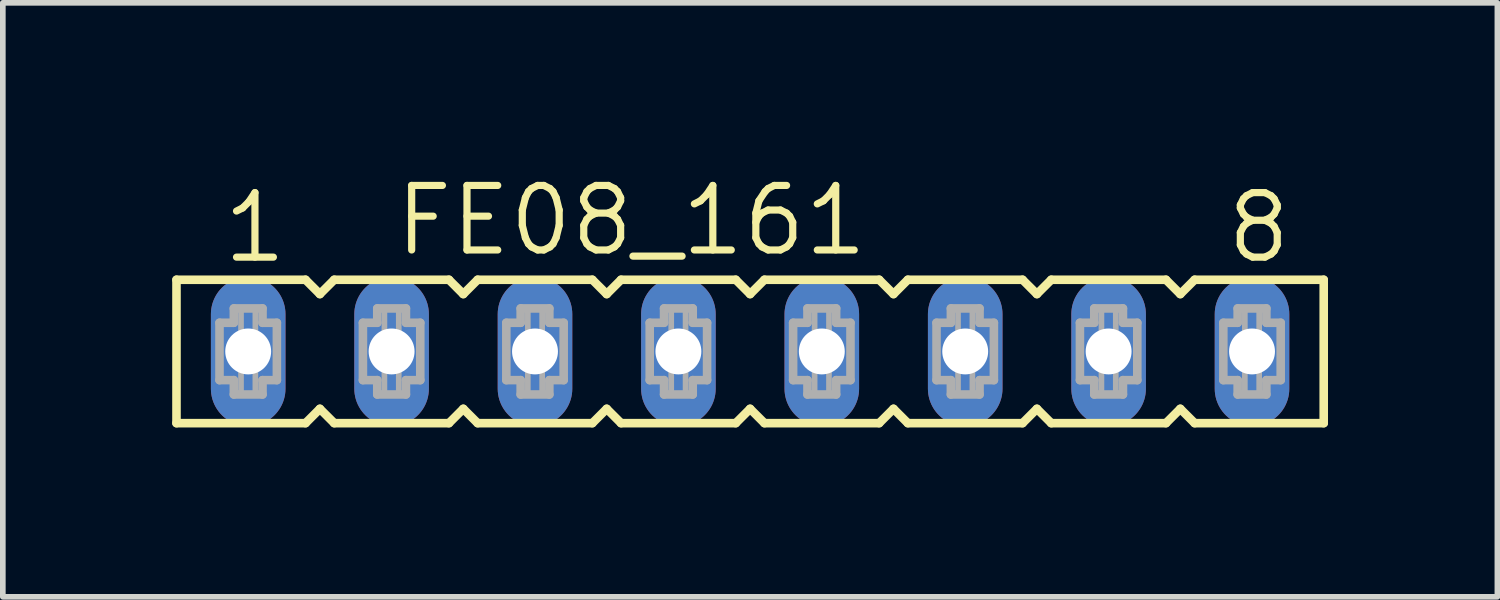
<source format=kicad_pcb>
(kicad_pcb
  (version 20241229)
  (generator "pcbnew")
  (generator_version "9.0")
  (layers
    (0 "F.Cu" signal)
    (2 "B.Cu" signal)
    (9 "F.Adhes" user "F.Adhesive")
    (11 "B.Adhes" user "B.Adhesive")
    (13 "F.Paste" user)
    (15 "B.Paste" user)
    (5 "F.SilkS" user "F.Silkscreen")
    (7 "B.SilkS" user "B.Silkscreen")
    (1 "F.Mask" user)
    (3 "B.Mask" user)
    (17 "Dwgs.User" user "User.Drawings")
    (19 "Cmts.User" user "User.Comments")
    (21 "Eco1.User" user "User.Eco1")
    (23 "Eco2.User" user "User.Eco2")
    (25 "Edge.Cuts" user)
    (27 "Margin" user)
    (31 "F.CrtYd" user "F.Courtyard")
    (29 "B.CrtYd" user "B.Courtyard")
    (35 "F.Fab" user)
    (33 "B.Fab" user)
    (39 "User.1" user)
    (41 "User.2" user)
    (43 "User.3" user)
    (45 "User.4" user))
  (footprint "FE08_161"
    (layer "F.Cu")
    (at 10.236 3.175)
    (property "Reference" "FE08_161" (at -6.35 -1.651 0) (unlocked yes) (layer "F.SilkS") (effects (font (size 1.143 1.143) (thickness 0.127)) (justify left bottom)))
    (fp_line (start -10.16 -1.27) (end -10.16 1.27) (stroke (width 0.152) (type solid)) (layer "F.SilkS"))
    (fp_line (start -10.16 1.27) (end -7.874 1.27) (stroke (width 0.152) (type solid)) (layer "F.SilkS"))
    (fp_line (start -7.874 -1.27) (end -10.16 -1.27) (stroke (width 0.152) (type solid)) (layer "F.SilkS"))
    (fp_line (start -7.874 1.27) (end -7.62 1.016) (stroke (width 0.152) (type solid)) (layer "F.SilkS"))
    (fp_line (start -7.62 -1.016) (end -7.874 -1.27) (stroke (width 0.152) (type solid)) (layer "F.SilkS"))
    (fp_line (start -7.62 1.016) (end -7.366 1.27) (stroke (width 0.152) (type solid)) (layer "F.SilkS"))
    (fp_line (start -7.366 -1.27) (end -7.62 -1.016) (stroke (width 0.152) (type solid)) (layer "F.SilkS"))
    (fp_line (start -7.366 1.27) (end -5.334 1.27) (stroke (width 0.152) (type solid)) (layer "F.SilkS"))
    (fp_line (start -5.334 -1.27) (end -7.366 -1.27) (stroke (width 0.152) (type solid)) (layer "F.SilkS"))
    (fp_line (start -5.334 1.27) (end -5.08 1.016) (stroke (width 0.152) (type solid)) (layer "F.SilkS"))
    (fp_line (start -5.08 -1.016) (end -5.334 -1.27) (stroke (width 0.152) (type solid)) (layer "F.SilkS"))
    (fp_line (start -5.08 1.016) (end -4.826 1.27) (stroke (width 0.152) (type solid)) (layer "F.SilkS"))
    (fp_line (start -4.826 -1.27) (end -5.08 -1.016) (stroke (width 0.152) (type solid)) (layer "F.SilkS"))
    (fp_line (start -4.826 1.27) (end -2.794 1.27) (stroke (width 0.152) (type solid)) (layer "F.SilkS"))
    (fp_line (start -2.794 -1.27) (end -4.826 -1.27) (stroke (width 0.152) (type solid)) (layer "F.SilkS"))
    (fp_line (start -2.794 1.27) (end -2.54 1.016) (stroke (width 0.152) (type solid)) (layer "F.SilkS"))
    (fp_line (start -2.54 -1.016) (end -2.794 -1.27) (stroke (width 0.152) (type solid)) (layer "F.SilkS"))
    (fp_line (start -2.54 1.016) (end -2.286 1.27) (stroke (width 0.152) (type solid)) (layer "F.SilkS"))
    (fp_line (start -2.286 -1.27) (end -2.54 -1.016) (stroke (width 0.152) (type solid)) (layer "F.SilkS"))
    (fp_line (start -2.286 1.27) (end -0.254 1.27) (stroke (width 0.152) (type solid)) (layer "F.SilkS"))
    (fp_line (start -0.254 -1.27) (end -2.286 -1.27) (stroke (width 0.152) (type solid)) (layer "F.SilkS"))
    (fp_line (start -0.254 1.27) (end 0 1.016) (stroke (width 0.152) (type solid)) (layer "F.SilkS"))
    (fp_line (start 0 -1.016) (end -0.254 -1.27) (stroke (width 0.152) (type solid)) (layer "F.SilkS"))
    (fp_line (start 0 1.016) (end 0.254 1.27) (stroke (width 0.152) (type solid)) (layer "F.SilkS"))
    (fp_line (start 0.254 -1.27) (end 0 -1.016) (stroke (width 0.152) (type solid)) (layer "F.SilkS"))
    (fp_line (start 0.254 1.27) (end 2.286 1.27) (stroke (width 0.152) (type solid)) (layer "F.SilkS"))
    (fp_line (start 2.286 -1.27) (end 0.254 -1.27) (stroke (width 0.152) (type solid)) (layer "F.SilkS"))
    (fp_line (start 2.286 1.27) (end 2.54 1.016) (stroke (width 0.152) (type solid)) (layer "F.SilkS"))
    (fp_line (start 2.54 -1.016) (end 2.286 -1.27) (stroke (width 0.152) (type solid)) (layer "F.SilkS"))
    (fp_line (start 2.54 1.016) (end 2.794 1.27) (stroke (width 0.152) (type solid)) (layer "F.SilkS"))
    (fp_line (start 2.794 -1.27) (end 2.54 -1.016) (stroke (width 0.152) (type solid)) (layer "F.SilkS"))
    (fp_line (start 2.794 1.27) (end 4.826 1.27) (stroke (width 0.152) (type solid)) (layer "F.SilkS"))
    (fp_line (start 4.826 -1.27) (end 2.794 -1.27) (stroke (width 0.152) (type solid)) (layer "F.SilkS"))
    (fp_line (start 4.826 1.27) (end 5.08 1.016) (stroke (width 0.152) (type solid)) (layer "F.SilkS"))
    (fp_line (start 5.08 -1.016) (end 4.826 -1.27) (stroke (width 0.152) (type solid)) (layer "F.SilkS"))
    (fp_line (start 5.08 1.016) (end 5.334 1.27) (stroke (width 0.152) (type solid)) (layer "F.SilkS"))
    (fp_line (start 5.334 -1.27) (end 5.08 -1.016) (stroke (width 0.152) (type solid)) (layer "F.SilkS"))
    (fp_line (start 5.334 1.27) (end 7.366 1.27) (stroke (width 0.152) (type solid)) (layer "F.SilkS"))
    (fp_line (start 7.366 -1.27) (end 5.334 -1.27) (stroke (width 0.152) (type solid)) (layer "F.SilkS"))
    (fp_line (start 7.366 1.27) (end 7.62 1.016) (stroke (width 0.152) (type solid)) (layer "F.SilkS"))
    (fp_line (start 7.62 -1.016) (end 7.366 -1.27) (stroke (width 0.152) (type solid)) (layer "F.SilkS"))
    (fp_line (start 7.62 1.016) (end 7.874 1.27) (stroke (width 0.152) (type solid)) (layer "F.SilkS"))
    (fp_line (start 7.874 -1.27) (end 7.62 -1.016) (stroke (width 0.152) (type solid)) (layer "F.SilkS"))
    (fp_line (start 7.874 1.27) (end 10.16 1.27) (stroke (width 0.152) (type solid)) (layer "F.SilkS"))
    (fp_line (start 10.16 -1.27) (end 7.874 -1.27) (stroke (width 0.152) (type solid)) (layer "F.SilkS"))
    (fp_line (start 10.16 1.27) (end 10.16 -1.27) (stroke (width 0.152) (type solid)) (layer "F.SilkS"))
    (fp_line (start -9.398 -0.508) (end -9.398 0.508) (stroke (width 0.152) (type solid)) (layer "F.Fab"))
    (fp_line (start -9.398 0.508) (end -9.144 0.508) (stroke (width 0.152) (type solid)) (layer "F.Fab"))
    (fp_line (start -9.144 -0.762) (end -9.144 -0.508) (stroke (width 0.152) (type solid)) (layer "F.Fab"))
    (fp_line (start -9.144 -0.508) (end -9.398 -0.508) (stroke (width 0.152) (type solid)) (layer "F.Fab"))
    (fp_line (start -9.144 0.508) (end -9.144 0.762) (stroke (width 0.152) (type solid)) (layer "F.Fab"))
    (fp_line (start -9.144 0.762) (end -8.636 0.762) (stroke (width 0.152) (type solid)) (layer "F.Fab"))
    (fp_line (start -8.636 -0.762) (end -9.144 -0.762) (stroke (width 0.152) (type solid)) (layer "F.Fab"))
    (fp_line (start -8.636 -0.508) (end -8.636 -0.762) (stroke (width 0.152) (type solid)) (layer "F.Fab"))
    (fp_line (start -8.636 0.508) (end -8.382 0.508) (stroke (width 0.152) (type solid)) (layer "F.Fab"))
    (fp_line (start -8.636 0.762) (end -8.636 0.508) (stroke (width 0.152) (type solid)) (layer "F.Fab"))
    (fp_line (start -8.382 -0.508) (end -8.636 -0.508) (stroke (width 0.152) (type solid)) (layer "F.Fab"))
    (fp_line (start -8.382 0.508) (end -8.382 -0.508) (stroke (width 0.152) (type solid)) (layer "F.Fab"))
    (fp_line (start -6.858 -0.508) (end -6.858 0.508) (stroke (width 0.152) (type solid)) (layer "F.Fab"))
    (fp_line (start -6.858 0.508) (end -6.604 0.508) (stroke (width 0.152) (type solid)) (layer "F.Fab"))
    (fp_line (start -6.604 -0.762) (end -6.604 -0.508) (stroke (width 0.152) (type solid)) (layer "F.Fab"))
    (fp_line (start -6.604 -0.508) (end -6.858 -0.508) (stroke (width 0.152) (type solid)) (layer "F.Fab"))
    (fp_line (start -6.604 0.508) (end -6.604 0.762) (stroke (width 0.152) (type solid)) (layer "F.Fab"))
    (fp_line (start -6.604 0.762) (end -6.096 0.762) (stroke (width 0.152) (type solid)) (layer "F.Fab"))
    (fp_line (start -6.096 -0.762) (end -6.604 -0.762) (stroke (width 0.152) (type solid)) (layer "F.Fab"))
    (fp_line (start -6.096 -0.508) (end -6.096 -0.762) (stroke (width 0.152) (type solid)) (layer "F.Fab"))
    (fp_line (start -6.096 0.508) (end -5.842 0.508) (stroke (width 0.152) (type solid)) (layer "F.Fab"))
    (fp_line (start -6.096 0.762) (end -6.096 0.508) (stroke (width 0.152) (type solid)) (layer "F.Fab"))
    (fp_line (start -5.842 -0.508) (end -6.096 -0.508) (stroke (width 0.152) (type solid)) (layer "F.Fab"))
    (fp_line (start -5.842 0.508) (end -5.842 -0.508) (stroke (width 0.152) (type solid)) (layer "F.Fab"))
    (fp_line (start -4.318 -0.508) (end -4.318 0.508) (stroke (width 0.152) (type solid)) (layer "F.Fab"))
    (fp_line (start -4.318 0.508) (end -4.064 0.508) (stroke (width 0.152) (type solid)) (layer "F.Fab"))
    (fp_line (start -4.064 -0.762) (end -4.064 -0.508) (stroke (width 0.152) (type solid)) (layer "F.Fab"))
    (fp_line (start -4.064 -0.508) (end -4.318 -0.508) (stroke (width 0.152) (type solid)) (layer "F.Fab"))
    (fp_line (start -4.064 0.508) (end -4.064 0.762) (stroke (width 0.152) (type solid)) (layer "F.Fab"))
    (fp_line (start -4.064 0.762) (end -3.556 0.762) (stroke (width 0.152) (type solid)) (layer "F.Fab"))
    (fp_line (start -3.556 -0.762) (end -4.064 -0.762) (stroke (width 0.152) (type solid)) (layer "F.Fab"))
    (fp_line (start -3.556 -0.508) (end -3.556 -0.762) (stroke (width 0.152) (type solid)) (layer "F.Fab"))
    (fp_line (start -3.556 0.508) (end -3.302 0.508) (stroke (width 0.152) (type solid)) (layer "F.Fab"))
    (fp_line (start -3.556 0.762) (end -3.556 0.508) (stroke (width 0.152) (type solid)) (layer "F.Fab"))
    (fp_line (start -3.302 -0.508) (end -3.556 -0.508) (stroke (width 0.152) (type solid)) (layer "F.Fab"))
    (fp_line (start -3.302 0.508) (end -3.302 -0.508) (stroke (width 0.152) (type solid)) (layer "F.Fab"))
    (fp_line (start -1.778 -0.508) (end -1.778 0.508) (stroke (width 0.152) (type solid)) (layer "F.Fab"))
    (fp_line (start -1.778 0.508) (end -1.524 0.508) (stroke (width 0.152) (type solid)) (layer "F.Fab"))
    (fp_line (start -1.524 -0.762) (end -1.524 -0.508) (stroke (width 0.152) (type solid)) (layer "F.Fab"))
    (fp_line (start -1.524 -0.508) (end -1.778 -0.508) (stroke (width 0.152) (type solid)) (layer "F.Fab"))
    (fp_line (start -1.524 0.508) (end -1.524 0.762) (stroke (width 0.152) (type solid)) (layer "F.Fab"))
    (fp_line (start -1.524 0.762) (end -1.016 0.762) (stroke (width 0.152) (type solid)) (layer "F.Fab"))
    (fp_line (start -1.016 -0.762) (end -1.524 -0.762) (stroke (width 0.152) (type solid)) (layer "F.Fab"))
    (fp_line (start -1.016 -0.508) (end -1.016 -0.762) (stroke (width 0.152) (type solid)) (layer "F.Fab"))
    (fp_line (start -1.016 0.508) (end -0.762 0.508) (stroke (width 0.152) (type solid)) (layer "F.Fab"))
    (fp_line (start -1.016 0.762) (end -1.016 0.508) (stroke (width 0.152) (type solid)) (layer "F.Fab"))
    (fp_line (start -0.762 -0.508) (end -1.016 -0.508) (stroke (width 0.152) (type solid)) (layer "F.Fab"))
    (fp_line (start -0.762 0.508) (end -0.762 -0.508) (stroke (width 0.152) (type solid)) (layer "F.Fab"))
    (fp_line (start 0.762 -0.508) (end 0.762 0.508) (stroke (width 0.152) (type solid)) (layer "F.Fab"))
    (fp_line (start 0.762 0.508) (end 1.016 0.508) (stroke (width 0.152) (type solid)) (layer "F.Fab"))
    (fp_line (start 1.016 -0.762) (end 1.016 -0.508) (stroke (width 0.152) (type solid)) (layer "F.Fab"))
    (fp_line (start 1.016 -0.508) (end 0.762 -0.508) (stroke (width 0.152) (type solid)) (layer "F.Fab"))
    (fp_line (start 1.016 0.508) (end 1.016 0.762) (stroke (width 0.152) (type solid)) (layer "F.Fab"))
    (fp_line (start 1.016 0.762) (end 1.524 0.762) (stroke (width 0.152) (type solid)) (layer "F.Fab"))
    (fp_line (start 1.524 -0.762) (end 1.016 -0.762) (stroke (width 0.152) (type solid)) (layer "F.Fab"))
    (fp_line (start 1.524 -0.508) (end 1.524 -0.762) (stroke (width 0.152) (type solid)) (layer "F.Fab"))
    (fp_line (start 1.524 0.508) (end 1.778 0.508) (stroke (width 0.152) (type solid)) (layer "F.Fab"))
    (fp_line (start 1.524 0.762) (end 1.524 0.508) (stroke (width 0.152) (type solid)) (layer "F.Fab"))
    (fp_line (start 1.778 -0.508) (end 1.524 -0.508) (stroke (width 0.152) (type solid)) (layer "F.Fab"))
    (fp_line (start 1.778 0.508) (end 1.778 -0.508) (stroke (width 0.152) (type solid)) (layer "F.Fab"))
    (fp_line (start 3.302 -0.508) (end 3.302 0.508) (stroke (width 0.152) (type solid)) (layer "F.Fab"))
    (fp_line (start 3.302 0.508) (end 3.556 0.508) (stroke (width 0.152) (type solid)) (layer "F.Fab"))
    (fp_line (start 3.556 -0.762) (end 3.556 -0.508) (stroke (width 0.152) (type solid)) (layer "F.Fab"))
    (fp_line (start 3.556 -0.508) (end 3.302 -0.508) (stroke (width 0.152) (type solid)) (layer "F.Fab"))
    (fp_line (start 3.556 0.508) (end 3.556 0.762) (stroke (width 0.152) (type solid)) (layer "F.Fab"))
    (fp_line (start 3.556 0.762) (end 4.064 0.762) (stroke (width 0.152) (type solid)) (layer "F.Fab"))
    (fp_line (start 4.064 -0.762) (end 3.556 -0.762) (stroke (width 0.152) (type solid)) (layer "F.Fab"))
    (fp_line (start 4.064 -0.508) (end 4.064 -0.762) (stroke (width 0.152) (type solid)) (layer "F.Fab"))
    (fp_line (start 4.064 0.508) (end 4.318 0.508) (stroke (width 0.152) (type solid)) (layer "F.Fab"))
    (fp_line (start 4.064 0.762) (end 4.064 0.508) (stroke (width 0.152) (type solid)) (layer "F.Fab"))
    (fp_line (start 4.318 -0.508) (end 4.064 -0.508) (stroke (width 0.152) (type solid)) (layer "F.Fab"))
    (fp_line (start 4.318 0.508) (end 4.318 -0.508) (stroke (width 0.152) (type solid)) (layer "F.Fab"))
    (fp_line (start 5.842 -0.508) (end 5.842 0.508) (stroke (width 0.152) (type solid)) (layer "F.Fab"))
    (fp_line (start 5.842 0.508) (end 6.096 0.508) (stroke (width 0.152) (type solid)) (layer "F.Fab"))
    (fp_line (start 6.096 -0.762) (end 6.096 -0.508) (stroke (width 0.152) (type solid)) (layer "F.Fab"))
    (fp_line (start 6.096 -0.508) (end 5.842 -0.508) (stroke (width 0.152) (type solid)) (layer "F.Fab"))
    (fp_line (start 6.096 0.508) (end 6.096 0.762) (stroke (width 0.152) (type solid)) (layer "F.Fab"))
    (fp_line (start 6.096 0.762) (end 6.604 0.762) (stroke (width 0.152) (type solid)) (layer "F.Fab"))
    (fp_line (start 6.604 -0.762) (end 6.096 -0.762) (stroke (width 0.152) (type solid)) (layer "F.Fab"))
    (fp_line (start 6.604 -0.508) (end 6.604 -0.762) (stroke (width 0.152) (type solid)) (layer "F.Fab"))
    (fp_line (start 6.604 0.508) (end 6.858 0.508) (stroke (width 0.152) (type solid)) (layer "F.Fab"))
    (fp_line (start 6.604 0.762) (end 6.604 0.508) (stroke (width 0.152) (type solid)) (layer "F.Fab"))
    (fp_line (start 6.858 -0.508) (end 6.604 -0.508) (stroke (width 0.152) (type solid)) (layer "F.Fab"))
    (fp_line (start 6.858 0.508) (end 6.858 -0.508) (stroke (width 0.152) (type solid)) (layer "F.Fab"))
    (fp_line (start 8.382 -0.508) (end 8.382 0.508) (stroke (width 0.152) (type solid)) (layer "F.Fab"))
    (fp_line (start 8.382 0.508) (end 8.636 0.508) (stroke (width 0.152) (type solid)) (layer "F.Fab"))
    (fp_line (start 8.636 -0.762) (end 8.636 -0.508) (stroke (width 0.152) (type solid)) (layer "F.Fab"))
    (fp_line (start 8.636 -0.508) (end 8.382 -0.508) (stroke (width 0.152) (type solid)) (layer "F.Fab"))
    (fp_line (start 8.636 0.508) (end 8.636 0.762) (stroke (width 0.152) (type solid)) (layer "F.Fab"))
    (fp_line (start 8.636 0.762) (end 9.144 0.762) (stroke (width 0.152) (type solid)) (layer "F.Fab"))
    (fp_line (start 9.144 -0.762) (end 8.636 -0.762) (stroke (width 0.152) (type solid)) (layer "F.Fab"))
    (fp_line (start 9.144 -0.508) (end 9.144 -0.762) (stroke (width 0.152) (type solid)) (layer "F.Fab"))
    (fp_line (start 9.144 0.508) (end 9.398 0.508) (stroke (width 0.152) (type solid)) (layer "F.Fab"))
    (fp_line (start 9.144 0.762) (end 9.144 0.508) (stroke (width 0.152) (type solid)) (layer "F.Fab"))
    (fp_line (start 9.398 -0.508) (end 9.144 -0.508) (stroke (width 0.152) (type solid)) (layer "F.Fab"))
    (fp_line (start 9.398 0.508) (end 9.398 -0.508) (stroke (width 0.152) (type solid)) (layer "F.Fab"))
    (fp_poly (pts (xy -9.017 -0.254) (xy -8.763 -0.254) (xy -8.763 -0.762) (xy -9.017 -0.762)) (stroke (width 0.1) (type default)) (fill no) (layer "F.Fab"))
    (fp_poly (pts (xy -9.017 0.762) (xy -8.763 0.762) (xy -8.763 0.254) (xy -9.017 0.254)) (stroke (width 0.1) (type default)) (fill no) (layer "F.Fab"))
    (fp_poly (pts (xy -6.477 -0.254) (xy -6.223 -0.254) (xy -6.223 -0.762) (xy -6.477 -0.762)) (stroke (width 0.1) (type default)) (fill no) (layer "F.Fab"))
    (fp_poly (pts (xy -6.477 0.762) (xy -6.223 0.762) (xy -6.223 0.254) (xy -6.477 0.254)) (stroke (width 0.1) (type default)) (fill no) (layer "F.Fab"))
    (fp_poly (pts (xy -3.937 -0.254) (xy -3.683 -0.254) (xy -3.683 -0.762) (xy -3.937 -0.762)) (stroke (width 0.1) (type default)) (fill no) (layer "F.Fab"))
    (fp_poly (pts (xy -3.937 0.762) (xy -3.683 0.762) (xy -3.683 0.254) (xy -3.937 0.254)) (stroke (width 0.1) (type default)) (fill no) (layer "F.Fab"))
    (fp_poly (pts (xy -1.397 -0.254) (xy -1.143 -0.254) (xy -1.143 -0.762) (xy -1.397 -0.762)) (stroke (width 0.1) (type default)) (fill no) (layer "F.Fab"))
    (fp_poly (pts (xy -1.397 0.762) (xy -1.143 0.762) (xy -1.143 0.254) (xy -1.397 0.254)) (stroke (width 0.1) (type default)) (fill no) (layer "F.Fab"))
    (fp_poly (pts (xy 1.143 -0.254) (xy 1.397 -0.254) (xy 1.397 -0.762) (xy 1.143 -0.762)) (stroke (width 0.1) (type default)) (fill no) (layer "F.Fab"))
    (fp_poly (pts (xy 1.143 0.762) (xy 1.397 0.762) (xy 1.397 0.254) (xy 1.143 0.254)) (stroke (width 0.1) (type default)) (fill no) (layer "F.Fab"))
    (fp_poly (pts (xy 3.683 -0.254) (xy 3.937 -0.254) (xy 3.937 -0.762) (xy 3.683 -0.762)) (stroke (width 0.1) (type default)) (fill no) (layer "F.Fab"))
    (fp_poly (pts (xy 3.683 0.762) (xy 3.937 0.762) (xy 3.937 0.254) (xy 3.683 0.254)) (stroke (width 0.1) (type default)) (fill no) (layer "F.Fab"))
    (fp_poly (pts (xy 6.223 -0.254) (xy 6.477 -0.254) (xy 6.477 -0.762) (xy 6.223 -0.762)) (stroke (width 0.1) (type default)) (fill no) (layer "F.Fab"))
    (fp_poly (pts (xy 6.223 0.762) (xy 6.477 0.762) (xy 6.477 0.254) (xy 6.223 0.254)) (stroke (width 0.1) (type default)) (fill no) (layer "F.Fab"))
    (fp_poly (pts (xy 8.763 -0.254) (xy 9.017 -0.254) (xy 9.017 -0.762) (xy 8.763 -0.762)) (stroke (width 0.1) (type default)) (fill no) (layer "F.Fab"))
    (fp_poly (pts (xy 8.763 0.762) (xy 9.017 0.762) (xy 9.017 0.254) (xy 8.763 0.254)) (stroke (width 0.1) (type default)) (fill no) (layer "F.Fab"))
    (fp_text user "1" (at -9.398 -1.524 0) (unlocked yes) (layer "F.SilkS") (effects (font (size 1.143 1.143) (thickness 0.127)) (justify left bottom)))
    (fp_text user "8" (at 8.382 -1.524 0) (unlocked yes) (layer "F.SilkS") (effects (font (size 1.143 1.143) (thickness 0.127)) (justify left bottom)))
    (pad "1" thru_hole oval (at -8.89 0 90) (size 2.642 1.321) (drill 0.813) (layers "*.Cu" "*.Mask"))
    (pad "2" thru_hole oval (at -6.35 0 90) (size 2.642 1.321) (drill 0.813) (layers "*.Cu" "*.Mask"))
    (pad "3" thru_hole oval (at -3.81 0 90) (size 2.642 1.321) (drill 0.813) (layers "*.Cu" "*.Mask"))
    (pad "4" thru_hole oval (at -1.27 0 90) (size 2.642 1.321) (drill 0.813) (layers "*.Cu" "*.Mask"))
    (pad "5" thru_hole oval (at 1.27 0 90) (size 2.642 1.321) (drill 0.813) (layers "*.Cu" "*.Mask"))
    (pad "6" thru_hole oval (at 3.81 0 90) (size 2.642 1.321) (drill 0.813) (layers "*.Cu" "*.Mask"))
    (pad "7" thru_hole oval (at 6.35 0 90) (size 2.642 1.321) (drill 0.813) (layers "*.Cu" "*.Mask"))
    (pad "8" thru_hole oval (at 8.89 0 90) (size 2.642 1.321) (drill 0.813) (layers "*.Cu" "*.Mask")))
  (gr_rect
    (start -3 -3)
    (end 23.472 7.521)
    (stroke (width 0.1) (type default))
    (fill no)
    (layer "Edge.Cuts")))
</source>
